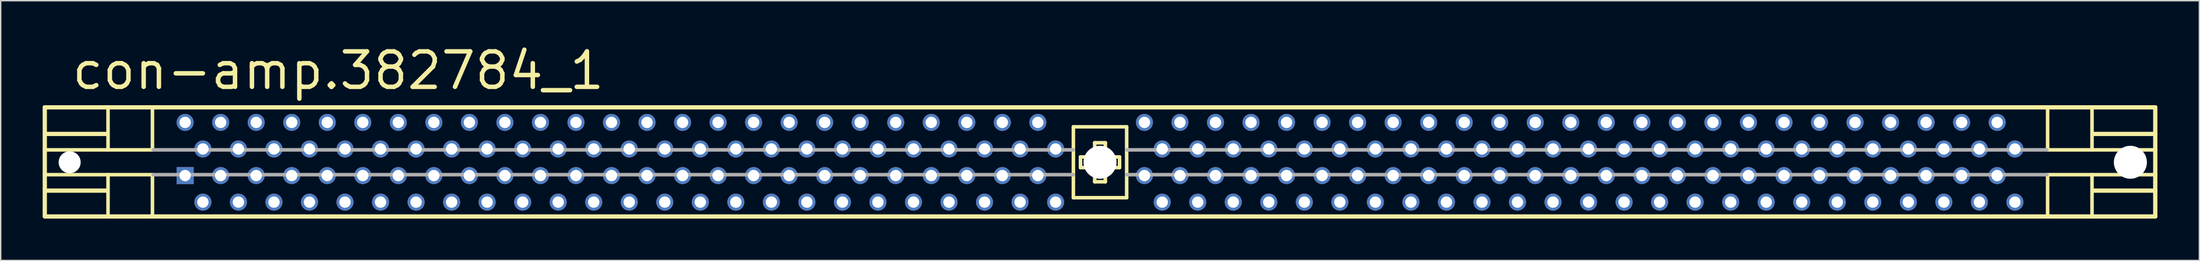
<source format=kicad_pcb>
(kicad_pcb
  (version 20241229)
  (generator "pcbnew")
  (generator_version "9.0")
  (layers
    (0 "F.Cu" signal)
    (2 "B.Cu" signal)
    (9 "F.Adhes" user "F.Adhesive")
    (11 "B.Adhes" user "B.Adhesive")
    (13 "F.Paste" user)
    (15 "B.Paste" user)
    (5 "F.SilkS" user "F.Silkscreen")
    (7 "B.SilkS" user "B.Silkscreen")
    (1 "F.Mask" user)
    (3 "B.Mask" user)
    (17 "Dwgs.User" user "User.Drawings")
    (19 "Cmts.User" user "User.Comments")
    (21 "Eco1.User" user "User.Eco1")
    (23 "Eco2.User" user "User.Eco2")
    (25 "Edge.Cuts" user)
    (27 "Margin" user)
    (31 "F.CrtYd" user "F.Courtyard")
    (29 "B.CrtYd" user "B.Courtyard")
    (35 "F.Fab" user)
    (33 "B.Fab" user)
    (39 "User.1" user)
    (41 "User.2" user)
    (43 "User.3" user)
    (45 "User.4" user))
  (footprint "con-amp.382784_1"
    (layer "F.Cu")
    (at 75.59 8.58)
    (property "Reference" "con-amp.382784_1" (at -73.66 -5.08 0) (layer "F.SilkS") (effects (font (size 2.54 2.54) (thickness 0.32)) (justify left bottom)))
    (attr through_hole)
    (fp_line (start -75.438 -3.937) (end -75.438 3.81) (stroke (width 0.305) (type default)) (layer "F.SilkS"))
    (fp_line (start -75.438 -3.937) (end 75.438 -3.937) (stroke (width 0.305) (type default)) (layer "F.SilkS"))
    (fp_line (start -75.438 -0.889) (end -67.818 -0.889) (stroke (width 0.254) (type default)) (layer "F.SilkS"))
    (fp_line (start -75.438 0.889) (end -67.818 0.889) (stroke (width 0.254) (type default)) (layer "F.SilkS"))
    (fp_line (start -75.311 -2.032) (end -70.993 -2.032) (stroke (width 0.305) (type default)) (layer "F.SilkS"))
    (fp_line (start -75.311 2.032) (end -70.993 2.032) (stroke (width 0.305) (type default)) (layer "F.SilkS"))
    (fp_line (start -70.917 -3.861) (end -70.917 -0.889) (stroke (width 0.254) (type default)) (layer "F.SilkS"))
    (fp_line (start -70.917 0.889) (end -70.917 3.81) (stroke (width 0.254) (type default)) (layer "F.SilkS"))
    (fp_line (start -67.742 -3.861) (end -67.742 -0.889) (stroke (width 0.254) (type default)) (layer "F.SilkS"))
    (fp_line (start -67.742 0.889) (end -67.742 3.81) (stroke (width 0.254) (type default)) (layer "F.SilkS"))
    (fp_line (start -1.905 -2.54) (end -1.905 2.54) (stroke (width 0.254) (type default)) (layer "F.SilkS"))
    (fp_line (start -1.905 2.54) (end 1.905 2.54) (stroke (width 0.254) (type default)) (layer "F.SilkS"))
    (fp_line (start -1.397 -0.381) (end -1.397 0.381) (stroke (width 0.254) (type default)) (layer "F.SilkS"))
    (fp_line (start -1.397 0.381) (end -0.381 0.381) (stroke (width 0.254) (type default)) (layer "F.SilkS"))
    (fp_line (start -0.381 -1.397) (end -0.381 -0.381) (stroke (width 0.254) (type default)) (layer "F.SilkS"))
    (fp_line (start -0.381 -0.381) (end -1.397 -0.381) (stroke (width 0.254) (type default)) (layer "F.SilkS"))
    (fp_line (start -0.381 0.381) (end -0.381 1.397) (stroke (width 0.254) (type default)) (layer "F.SilkS"))
    (fp_line (start -0.381 1.397) (end 0.381 1.397) (stroke (width 0.254) (type default)) (layer "F.SilkS"))
    (fp_line (start 0.381 -1.397) (end -0.381 -1.397) (stroke (width 0.254) (type default)) (layer "F.SilkS"))
    (fp_line (start 0.381 -0.381) (end 0.381 -1.397) (stroke (width 0.254) (type default)) (layer "F.SilkS"))
    (fp_line (start 0.381 0.381) (end 1.397 0.381) (stroke (width 0.254) (type default)) (layer "F.SilkS"))
    (fp_line (start 0.381 1.397) (end 0.381 0.381) (stroke (width 0.254) (type default)) (layer "F.SilkS"))
    (fp_line (start 1.397 -0.381) (end 0.381 -0.381) (stroke (width 0.254) (type default)) (layer "F.SilkS"))
    (fp_line (start 1.397 0.381) (end 1.397 -0.381) (stroke (width 0.254) (type default)) (layer "F.SilkS"))
    (fp_line (start 1.905 -2.54) (end -1.905 -2.54) (stroke (width 0.254) (type default)) (layer "F.SilkS"))
    (fp_line (start 1.905 2.54) (end 1.905 -2.54) (stroke (width 0.254) (type default)) (layer "F.SilkS"))
    (fp_line (start 67.742 -3.861) (end 67.742 -0.889) (stroke (width 0.254) (type default)) (layer "F.SilkS"))
    (fp_line (start 67.742 0.889) (end 67.742 3.81) (stroke (width 0.254) (type default)) (layer "F.SilkS"))
    (fp_line (start 70.917 -3.861) (end 70.917 -0.889) (stroke (width 0.254) (type default)) (layer "F.SilkS"))
    (fp_line (start 70.917 0.889) (end 70.917 3.81) (stroke (width 0.254) (type default)) (layer "F.SilkS"))
    (fp_line (start 75.438 -3.937) (end 75.438 -2.032) (stroke (width 0.305) (type default)) (layer "F.SilkS"))
    (fp_line (start 75.438 -2.032) (end 70.993 -2.032) (stroke (width 0.305) (type default)) (layer "F.SilkS"))
    (fp_line (start 75.438 -2.032) (end 75.438 -0.889) (stroke (width 0.305) (type default)) (layer "F.SilkS"))
    (fp_line (start 75.438 -0.889) (end 67.818 -0.889) (stroke (width 0.254) (type default)) (layer "F.SilkS"))
    (fp_line (start 75.438 -0.889) (end 75.438 0.889) (stroke (width 0.305) (type default)) (layer "F.SilkS"))
    (fp_line (start 75.438 0.889) (end 67.818 0.889) (stroke (width 0.254) (type default)) (layer "F.SilkS"))
    (fp_line (start 75.438 0.889) (end 75.438 2.032) (stroke (width 0.305) (type default)) (layer "F.SilkS"))
    (fp_line (start 75.438 2.032) (end 70.993 2.032) (stroke (width 0.305) (type default)) (layer "F.SilkS"))
    (fp_line (start 75.438 2.032) (end 75.438 3.886) (stroke (width 0.305) (type default)) (layer "F.SilkS"))
    (fp_line (start 75.438 3.886) (end -75.438 3.886) (stroke (width 0.305) (type default)) (layer "F.SilkS"))
    (fp_line (start -67.691 -0.889) (end -1.905 -0.889) (stroke (width 0.254) (type default)) (layer "F.Fab"))
    (fp_line (start -67.691 0.889) (end -1.905 0.889) (stroke (width 0.254) (type default)) (layer "F.Fab"))
    (fp_line (start 1.905 -0.889) (end 67.691 -0.889) (stroke (width 0.254) (type default)) (layer "F.Fab"))
    (fp_line (start 1.905 0.889) (end 67.691 0.889) (stroke (width 0.254) (type default)) (layer "F.Fab"))
    (pad "" np_thru_hole circle (at -73.66 0) (size 1.575 1.575) (drill 1.575) (layers "*.Cu" "*.Mask"))
    (pad "" np_thru_hole circle (at 0 0) (size 2.362 2.362) (drill 2.362) (layers "*.Cu" "*.Mask"))
    (pad "" np_thru_hole circle (at 73.66 0) (size 2.362 2.362) (drill 2.362) (layers "*.Cu" "*.Mask"))
    (pad "1" thru_hole rect (at -65.405 0.953) (size 1.219 1.219) (drill 0.813) (layers "*.Cu" "*.Mask"))
    (pad "2" thru_hole circle (at -64.135 2.857) (size 1.219 1.219) (drill 0.813) (layers "*.Cu" "*.Mask"))
    (pad "3" thru_hole circle (at -62.865 0.953) (size 1.219 1.219) (drill 0.813) (layers "*.Cu" "*.Mask"))
    (pad "4" thru_hole circle (at -61.595 2.857) (size 1.219 1.219) (drill 0.813) (layers "*.Cu" "*.Mask"))
    (pad "5" thru_hole circle (at -60.325 0.953) (size 1.219 1.219) (drill 0.813) (layers "*.Cu" "*.Mask"))
    (pad "6" thru_hole circle (at -59.055 2.857) (size 1.219 1.219) (drill 0.813) (layers "*.Cu" "*.Mask"))
    (pad "7" thru_hole circle (at -57.785 0.953) (size 1.219 1.219) (drill 0.813) (layers "*.Cu" "*.Mask"))
    (pad "8" thru_hole circle (at -56.515 2.857) (size 1.219 1.219) (drill 0.813) (layers "*.Cu" "*.Mask"))
    (pad "9" thru_hole circle (at -55.245 0.953) (size 1.219 1.219) (drill 0.813) (layers "*.Cu" "*.Mask"))
    (pad "10" thru_hole circle (at -53.975 2.857) (size 1.219 1.219) (drill 0.813) (layers "*.Cu" "*.Mask"))
    (pad "11" thru_hole circle (at -52.705 0.953) (size 1.219 1.219) (drill 0.813) (layers "*.Cu" "*.Mask"))
    (pad "12" thru_hole circle (at -51.435 2.857) (size 1.219 1.219) (drill 0.813) (layers "*.Cu" "*.Mask"))
    (pad "13" thru_hole circle (at -50.165 0.953) (size 1.219 1.219) (drill 0.813) (layers "*.Cu" "*.Mask"))
    (pad "14" thru_hole circle (at -48.895 2.857) (size 1.219 1.219) (drill 0.813) (layers "*.Cu" "*.Mask"))
    (pad "15" thru_hole circle (at -47.625 0.953) (size 1.219 1.219) (drill 0.813) (layers "*.Cu" "*.Mask"))
    (pad "16" thru_hole circle (at -46.355 2.857) (size 1.219 1.219) (drill 0.813) (layers "*.Cu" "*.Mask"))
    (pad "17" thru_hole circle (at -45.085 0.953) (size 1.219 1.219) (drill 0.813) (layers "*.Cu" "*.Mask"))
    (pad "18" thru_hole circle (at -43.815 2.857) (size 1.219 1.219) (drill 0.813) (layers "*.Cu" "*.Mask"))
    (pad "19" thru_hole circle (at -42.545 0.953) (size 1.219 1.219) (drill 0.813) (layers "*.Cu" "*.Mask"))
    (pad "20" thru_hole circle (at -41.275 2.857) (size 1.219 1.219) (drill 0.813) (layers "*.Cu" "*.Mask"))
    (pad "21" thru_hole circle (at -40.005 0.953) (size 1.219 1.219) (drill 0.813) (layers "*.Cu" "*.Mask"))
    (pad "22" thru_hole circle (at -38.735 2.857) (size 1.219 1.219) (drill 0.813) (layers "*.Cu" "*.Mask"))
    (pad "23" thru_hole circle (at -37.465 0.953) (size 1.219 1.219) (drill 0.813) (layers "*.Cu" "*.Mask"))
    (pad "24" thru_hole circle (at -36.195 2.857) (size 1.219 1.219) (drill 0.813) (layers "*.Cu" "*.Mask"))
    (pad "25" thru_hole circle (at -34.925 0.953) (size 1.219 1.219) (drill 0.813) (layers "*.Cu" "*.Mask"))
    (pad "26" thru_hole circle (at -33.655 2.857) (size 1.219 1.219) (drill 0.813) (layers "*.Cu" "*.Mask"))
    (pad "27" thru_hole circle (at -32.385 0.953) (size 1.219 1.219) (drill 0.813) (layers "*.Cu" "*.Mask"))
    (pad "28" thru_hole circle (at -31.115 2.857) (size 1.219 1.219) (drill 0.813) (layers "*.Cu" "*.Mask"))
    (pad "29" thru_hole circle (at -29.845 0.953) (size 1.219 1.219) (drill 0.813) (layers "*.Cu" "*.Mask"))
    (pad "30" thru_hole circle (at -28.575 2.857) (size 1.219 1.219) (drill 0.813) (layers "*.Cu" "*.Mask"))
    (pad "31" thru_hole circle (at -27.305 0.953) (size 1.219 1.219) (drill 0.813) (layers "*.Cu" "*.Mask"))
    (pad "32" thru_hole circle (at -26.035 2.857) (size 1.219 1.219) (drill 0.813) (layers "*.Cu" "*.Mask"))
    (pad "33" thru_hole circle (at -24.765 0.953) (size 1.219 1.219) (drill 0.813) (layers "*.Cu" "*.Mask"))
    (pad "34" thru_hole circle (at -23.495 2.857) (size 1.219 1.219) (drill 0.813) (layers "*.Cu" "*.Mask"))
    (pad "35" thru_hole circle (at -22.225 0.953) (size 1.219 1.219) (drill 0.813) (layers "*.Cu" "*.Mask"))
    (pad "36" thru_hole circle (at -20.955 2.857) (size 1.219 1.219) (drill 0.813) (layers "*.Cu" "*.Mask"))
    (pad "37" thru_hole circle (at -19.685 0.953) (size 1.219 1.219) (drill 0.813) (layers "*.Cu" "*.Mask"))
    (pad "38" thru_hole circle (at -18.415 2.857) (size 1.219 1.219) (drill 0.813) (layers "*.Cu" "*.Mask"))
    (pad "39" thru_hole circle (at -17.145 0.953) (size 1.219 1.219) (drill 0.813) (layers "*.Cu" "*.Mask"))
    (pad "40" thru_hole circle (at -15.875 2.857) (size 1.219 1.219) (drill 0.813) (layers "*.Cu" "*.Mask"))
    (pad "41" thru_hole circle (at -14.605 0.953) (size 1.219 1.219) (drill 0.813) (layers "*.Cu" "*.Mask"))
    (pad "42" thru_hole circle (at -13.335 2.857) (size 1.219 1.219) (drill 0.813) (layers "*.Cu" "*.Mask"))
    (pad "43" thru_hole circle (at -12.065 0.953) (size 1.219 1.219) (drill 0.813) (layers "*.Cu" "*.Mask"))
    (pad "44" thru_hole circle (at -10.795 2.857) (size 1.219 1.219) (drill 0.813) (layers "*.Cu" "*.Mask"))
    (pad "45" thru_hole circle (at -9.525 0.953) (size 1.219 1.219) (drill 0.813) (layers "*.Cu" "*.Mask"))
    (pad "46" thru_hole circle (at -8.255 2.857) (size 1.219 1.219) (drill 0.813) (layers "*.Cu" "*.Mask"))
    (pad "47" thru_hole circle (at -6.985 0.953) (size 1.219 1.219) (drill 0.813) (layers "*.Cu" "*.Mask"))
    (pad "48" thru_hole circle (at -5.715 2.857) (size 1.219 1.219) (drill 0.813) (layers "*.Cu" "*.Mask"))
    (pad "49" thru_hole circle (at -4.445 0.953) (size 1.219 1.219) (drill 0.813) (layers "*.Cu" "*.Mask"))
    (pad "50" thru_hole circle (at -3.175 2.857) (size 1.219 1.219) (drill 0.813) (layers "*.Cu" "*.Mask"))
    (pad "51" thru_hole circle (at 3.175 0.953) (size 1.219 1.219) (drill 0.813) (layers "*.Cu" "*.Mask"))
    (pad "52" thru_hole circle (at 4.445 2.857) (size 1.219 1.219) (drill 0.813) (layers "*.Cu" "*.Mask"))
    (pad "53" thru_hole circle (at 5.715 0.953) (size 1.219 1.219) (drill 0.813) (layers "*.Cu" "*.Mask"))
    (pad "54" thru_hole circle (at 6.985 2.857) (size 1.219 1.219) (drill 0.813) (layers "*.Cu" "*.Mask"))
    (pad "55" thru_hole circle (at 8.255 0.953) (size 1.219 1.219) (drill 0.813) (layers "*.Cu" "*.Mask"))
    (pad "56" thru_hole circle (at 9.525 2.857) (size 1.219 1.219) (drill 0.813) (layers "*.Cu" "*.Mask"))
    (pad "57" thru_hole circle (at 10.795 0.953) (size 1.219 1.219) (drill 0.813) (layers "*.Cu" "*.Mask"))
    (pad "58" thru_hole circle (at 12.065 2.857) (size 1.219 1.219) (drill 0.813) (layers "*.Cu" "*.Mask"))
    (pad "59" thru_hole circle (at 13.335 0.953) (size 1.219 1.219) (drill 0.813) (layers "*.Cu" "*.Mask"))
    (pad "60" thru_hole circle (at 14.605 2.857) (size 1.219 1.219) (drill 0.813) (layers "*.Cu" "*.Mask"))
    (pad "61" thru_hole circle (at 15.875 0.953) (size 1.219 1.219) (drill 0.813) (layers "*.Cu" "*.Mask"))
    (pad "62" thru_hole circle (at 17.145 2.857) (size 1.219 1.219) (drill 0.813) (layers "*.Cu" "*.Mask"))
    (pad "63" thru_hole circle (at 18.415 0.953) (size 1.219 1.219) (drill 0.813) (layers "*.Cu" "*.Mask"))
    (pad "64" thru_hole circle (at 19.685 2.857) (size 1.219 1.219) (drill 0.813) (layers "*.Cu" "*.Mask"))
    (pad "65" thru_hole circle (at 20.955 0.953) (size 1.219 1.219) (drill 0.813) (layers "*.Cu" "*.Mask"))
    (pad "66" thru_hole circle (at 22.225 2.857) (size 1.219 1.219) (drill 0.813) (layers "*.Cu" "*.Mask"))
    (pad "67" thru_hole circle (at 23.495 0.953) (size 1.219 1.219) (drill 0.813) (layers "*.Cu" "*.Mask"))
    (pad "68" thru_hole circle (at 24.765 2.857) (size 1.219 1.219) (drill 0.813) (layers "*.Cu" "*.Mask"))
    (pad "69" thru_hole circle (at 26.035 0.953) (size 1.219 1.219) (drill 0.813) (layers "*.Cu" "*.Mask"))
    (pad "70" thru_hole circle (at 27.305 2.857) (size 1.219 1.219) (drill 0.813) (layers "*.Cu" "*.Mask"))
    (pad "71" thru_hole circle (at 28.575 0.953) (size 1.219 1.219) (drill 0.813) (layers "*.Cu" "*.Mask"))
    (pad "72" thru_hole circle (at 29.845 2.857) (size 1.219 1.219) (drill 0.813) (layers "*.Cu" "*.Mask"))
    (pad "73" thru_hole circle (at 31.115 0.953) (size 1.219 1.219) (drill 0.813) (layers "*.Cu" "*.Mask"))
    (pad "74" thru_hole circle (at 32.385 2.857) (size 1.219 1.219) (drill 0.813) (layers "*.Cu" "*.Mask"))
    (pad "75" thru_hole circle (at 33.655 0.953) (size 1.219 1.219) (drill 0.813) (layers "*.Cu" "*.Mask"))
    (pad "76" thru_hole circle (at 34.925 2.857) (size 1.219 1.219) (drill 0.813) (layers "*.Cu" "*.Mask"))
    (pad "77" thru_hole circle (at 36.195 0.953) (size 1.219 1.219) (drill 0.813) (layers "*.Cu" "*.Mask"))
    (pad "78" thru_hole circle (at 37.465 2.857) (size 1.219 1.219) (drill 0.813) (layers "*.Cu" "*.Mask"))
    (pad "79" thru_hole circle (at 38.735 0.953) (size 1.219 1.219) (drill 0.813) (layers "*.Cu" "*.Mask"))
    (pad "80" thru_hole circle (at 40.005 2.857) (size 1.219 1.219) (drill 0.813) (layers "*.Cu" "*.Mask"))
    (pad "81" thru_hole circle (at 41.275 0.953) (size 1.219 1.219) (drill 0.813) (layers "*.Cu" "*.Mask"))
    (pad "82" thru_hole circle (at 42.545 2.857) (size 1.219 1.219) (drill 0.813) (layers "*.Cu" "*.Mask"))
    (pad "83" thru_hole circle (at 43.815 0.953) (size 1.219 1.219) (drill 0.813) (layers "*.Cu" "*.Mask"))
    (pad "84" thru_hole circle (at 45.085 2.857) (size 1.219 1.219) (drill 0.813) (layers "*.Cu" "*.Mask"))
    (pad "85" thru_hole circle (at 46.355 0.953) (size 1.219 1.219) (drill 0.813) (layers "*.Cu" "*.Mask"))
    (pad "86" thru_hole circle (at 47.625 2.857) (size 1.219 1.219) (drill 0.813) (layers "*.Cu" "*.Mask"))
    (pad "87" thru_hole circle (at 48.895 0.953) (size 1.219 1.219) (drill 0.813) (layers "*.Cu" "*.Mask"))
    (pad "88" thru_hole circle (at 50.165 2.857) (size 1.219 1.219) (drill 0.813) (layers "*.Cu" "*.Mask"))
    (pad "89" thru_hole circle (at 51.435 0.953) (size 1.219 1.219) (drill 0.813) (layers "*.Cu" "*.Mask"))
    (pad "90" thru_hole circle (at 52.705 2.857) (size 1.219 1.219) (drill 0.813) (layers "*.Cu" "*.Mask"))
    (pad "91" thru_hole circle (at 53.975 0.953) (size 1.219 1.219) (drill 0.813) (layers "*.Cu" "*.Mask"))
    (pad "92" thru_hole circle (at 55.245 2.857) (size 1.219 1.219) (drill 0.813) (layers "*.Cu" "*.Mask"))
    (pad "93" thru_hole circle (at 56.515 0.953) (size 1.219 1.219) (drill 0.813) (layers "*.Cu" "*.Mask"))
    (pad "94" thru_hole circle (at 57.785 2.857) (size 1.219 1.219) (drill 0.813) (layers "*.Cu" "*.Mask"))
    (pad "95" thru_hole circle (at 59.055 0.953) (size 1.219 1.219) (drill 0.813) (layers "*.Cu" "*.Mask"))
    (pad "96" thru_hole circle (at 60.325 2.857) (size 1.219 1.219) (drill 0.813) (layers "*.Cu" "*.Mask"))
    (pad "97" thru_hole circle (at 61.595 0.953) (size 1.219 1.219) (drill 0.813) (layers "*.Cu" "*.Mask"))
    (pad "98" thru_hole circle (at 62.865 2.857) (size 1.219 1.219) (drill 0.813) (layers "*.Cu" "*.Mask"))
    (pad "99" thru_hole circle (at 64.135 0.953) (size 1.219 1.219) (drill 0.813) (layers "*.Cu" "*.Mask"))
    (pad "100" thru_hole circle (at 65.405 2.857) (size 1.219 1.219) (drill 0.813) (layers "*.Cu" "*.Mask"))
    (pad "101" thru_hole circle (at -65.405 -2.857) (size 1.219 1.219) (drill 0.813) (layers "*.Cu" "*.Mask"))
    (pad "102" thru_hole circle (at -64.135 -0.953) (size 1.219 1.219) (drill 0.813) (layers "*.Cu" "*.Mask"))
    (pad "103" thru_hole circle (at -62.865 -2.857) (size 1.219 1.219) (drill 0.813) (layers "*.Cu" "*.Mask"))
    (pad "104" thru_hole circle (at -61.595 -0.953) (size 1.219 1.219) (drill 0.813) (layers "*.Cu" "*.Mask"))
    (pad "105" thru_hole circle (at -60.325 -2.857) (size 1.219 1.219) (drill 0.813) (layers "*.Cu" "*.Mask"))
    (pad "106" thru_hole circle (at -59.055 -0.953) (size 1.219 1.219) (drill 0.813) (layers "*.Cu" "*.Mask"))
    (pad "107" thru_hole circle (at -57.785 -2.857) (size 1.219 1.219) (drill 0.813) (layers "*.Cu" "*.Mask"))
    (pad "108" thru_hole circle (at -56.515 -0.953) (size 1.219 1.219) (drill 0.813) (layers "*.Cu" "*.Mask"))
    (pad "109" thru_hole circle (at -55.245 -2.857) (size 1.219 1.219) (drill 0.813) (layers "*.Cu" "*.Mask"))
    (pad "110" thru_hole circle (at -53.975 -0.953) (size 1.219 1.219) (drill 0.813) (layers "*.Cu" "*.Mask"))
    (pad "111" thru_hole circle (at -52.705 -2.857) (size 1.219 1.219) (drill 0.813) (layers "*.Cu" "*.Mask"))
    (pad "112" thru_hole circle (at -51.435 -0.953) (size 1.219 1.219) (drill 0.813) (layers "*.Cu" "*.Mask"))
    (pad "113" thru_hole circle (at -50.165 -2.857) (size 1.219 1.219) (drill 0.813) (layers "*.Cu" "*.Mask"))
    (pad "114" thru_hole circle (at -48.895 -0.953) (size 1.219 1.219) (drill 0.813) (layers "*.Cu" "*.Mask"))
    (pad "115" thru_hole circle (at -47.625 -2.857) (size 1.219 1.219) (drill 0.813) (layers "*.Cu" "*.Mask"))
    (pad "116" thru_hole circle (at -46.355 -0.953) (size 1.219 1.219) (drill 0.813) (layers "*.Cu" "*.Mask"))
    (pad "117" thru_hole circle (at -45.085 -2.857) (size 1.219 1.219) (drill 0.813) (layers "*.Cu" "*.Mask"))
    (pad "118" thru_hole circle (at -43.815 -0.953) (size 1.219 1.219) (drill 0.813) (layers "*.Cu" "*.Mask"))
    (pad "119" thru_hole circle (at -42.545 -2.857) (size 1.219 1.219) (drill 0.813) (layers "*.Cu" "*.Mask"))
    (pad "120" thru_hole circle (at -41.275 -0.953) (size 1.219 1.219) (drill 0.813) (layers "*.Cu" "*.Mask"))
    (pad "121" thru_hole circle (at -40.005 -2.857) (size 1.219 1.219) (drill 0.813) (layers "*.Cu" "*.Mask"))
    (pad "122" thru_hole circle (at -38.735 -0.953) (size 1.219 1.219) (drill 0.813) (layers "*.Cu" "*.Mask"))
    (pad "123" thru_hole circle (at -37.465 -2.857) (size 1.219 1.219) (drill 0.813) (layers "*.Cu" "*.Mask"))
    (pad "124" thru_hole circle (at -36.195 -0.953) (size 1.219 1.219) (drill 0.813) (layers "*.Cu" "*.Mask"))
    (pad "125" thru_hole circle (at -34.925 -2.857) (size 1.219 1.219) (drill 0.813) (layers "*.Cu" "*.Mask"))
    (pad "126" thru_hole circle (at -33.655 -0.953) (size 1.219 1.219) (drill 0.813) (layers "*.Cu" "*.Mask"))
    (pad "127" thru_hole circle (at -32.385 -2.857) (size 1.219 1.219) (drill 0.813) (layers "*.Cu" "*.Mask"))
    (pad "128" thru_hole circle (at -31.115 -0.953) (size 1.219 1.219) (drill 0.813) (layers "*.Cu" "*.Mask"))
    (pad "129" thru_hole circle (at -29.845 -2.857) (size 1.219 1.219) (drill 0.813) (layers "*.Cu" "*.Mask"))
    (pad "130" thru_hole circle (at -28.575 -0.953) (size 1.219 1.219) (drill 0.813) (layers "*.Cu" "*.Mask"))
    (pad "131" thru_hole circle (at -27.305 -2.857) (size 1.219 1.219) (drill 0.813) (layers "*.Cu" "*.Mask"))
    (pad "132" thru_hole circle (at -26.035 -0.953) (size 1.219 1.219) (drill 0.813) (layers "*.Cu" "*.Mask"))
    (pad "133" thru_hole circle (at -24.765 -2.857) (size 1.219 1.219) (drill 0.813) (layers "*.Cu" "*.Mask"))
    (pad "134" thru_hole circle (at -23.495 -0.953) (size 1.219 1.219) (drill 0.813) (layers "*.Cu" "*.Mask"))
    (pad "135" thru_hole circle (at -22.225 -2.857) (size 1.219 1.219) (drill 0.813) (layers "*.Cu" "*.Mask"))
    (pad "136" thru_hole circle (at -20.955 -0.953) (size 1.219 1.219) (drill 0.813) (layers "*.Cu" "*.Mask"))
    (pad "137" thru_hole circle (at -19.685 -2.857) (size 1.219 1.219) (drill 0.813) (layers "*.Cu" "*.Mask"))
    (pad "138" thru_hole circle (at -18.415 -0.953) (size 1.219 1.219) (drill 0.813) (layers "*.Cu" "*.Mask"))
    (pad "139" thru_hole circle (at -17.145 -2.857) (size 1.219 1.219) (drill 0.813) (layers "*.Cu" "*.Mask"))
    (pad "140" thru_hole circle (at -15.875 -0.953) (size 1.219 1.219) (drill 0.813) (layers "*.Cu" "*.Mask"))
    (pad "141" thru_hole circle (at -14.605 -2.857) (size 1.219 1.219) (drill 0.813) (layers "*.Cu" "*.Mask"))
    (pad "142" thru_hole circle (at -13.335 -0.953) (size 1.219 1.219) (drill 0.813) (layers "*.Cu" "*.Mask"))
    (pad "143" thru_hole circle (at -12.065 -2.857) (size 1.219 1.219) (drill 0.813) (layers "*.Cu" "*.Mask"))
    (pad "144" thru_hole circle (at -10.795 -0.953) (size 1.219 1.219) (drill 0.813) (layers "*.Cu" "*.Mask"))
    (pad "145" thru_hole circle (at -9.525 -2.857) (size 1.219 1.219) (drill 0.813) (layers "*.Cu" "*.Mask"))
    (pad "146" thru_hole circle (at -8.255 -0.953) (size 1.219 1.219) (drill 0.813) (layers "*.Cu" "*.Mask"))
    (pad "147" thru_hole circle (at -6.985 -2.857) (size 1.219 1.219) (drill 0.813) (layers "*.Cu" "*.Mask"))
    (pad "148" thru_hole circle (at -5.715 -0.953) (size 1.219 1.219) (drill 0.813) (layers "*.Cu" "*.Mask"))
    (pad "149" thru_hole circle (at -4.445 -2.857) (size 1.219 1.219) (drill 0.813) (layers "*.Cu" "*.Mask"))
    (pad "150" thru_hole circle (at -3.175 -0.953) (size 1.219 1.219) (drill 0.813) (layers "*.Cu" "*.Mask"))
    (pad "151" thru_hole circle (at 3.175 -2.857) (size 1.219 1.219) (drill 0.813) (layers "*.Cu" "*.Mask"))
    (pad "152" thru_hole circle (at 4.445 -0.953) (size 1.219 1.219) (drill 0.813) (layers "*.Cu" "*.Mask"))
    (pad "153" thru_hole circle (at 5.715 -2.857) (size 1.219 1.219) (drill 0.813) (layers "*.Cu" "*.Mask"))
    (pad "154" thru_hole circle (at 6.985 -0.953) (size 1.219 1.219) (drill 0.813) (layers "*.Cu" "*.Mask"))
    (pad "155" thru_hole circle (at 8.255 -2.857) (size 1.219 1.219) (drill 0.813) (layers "*.Cu" "*.Mask"))
    (pad "156" thru_hole circle (at 9.525 -0.953) (size 1.219 1.219) (drill 0.813) (layers "*.Cu" "*.Mask"))
    (pad "157" thru_hole circle (at 10.795 -2.857) (size 1.219 1.219) (drill 0.813) (layers "*.Cu" "*.Mask"))
    (pad "158" thru_hole circle (at 12.065 -0.953) (size 1.219 1.219) (drill 0.813) (layers "*.Cu" "*.Mask"))
    (pad "159" thru_hole circle (at 13.335 -2.857) (size 1.219 1.219) (drill 0.813) (layers "*.Cu" "*.Mask"))
    (pad "160" thru_hole circle (at 14.605 -0.953) (size 1.219 1.219) (drill 0.813) (layers "*.Cu" "*.Mask"))
    (pad "161" thru_hole circle (at 15.875 -2.857) (size 1.219 1.219) (drill 0.813) (layers "*.Cu" "*.Mask"))
    (pad "162" thru_hole circle (at 17.145 -0.953) (size 1.219 1.219) (drill 0.813) (layers "*.Cu" "*.Mask"))
    (pad "163" thru_hole circle (at 18.415 -2.857) (size 1.219 1.219) (drill 0.813) (layers "*.Cu" "*.Mask"))
    (pad "164" thru_hole circle (at 19.685 -0.953) (size 1.219 1.219) (drill 0.813) (layers "*.Cu" "*.Mask"))
    (pad "165" thru_hole circle (at 20.955 -2.857) (size 1.219 1.219) (drill 0.813) (layers "*.Cu" "*.Mask"))
    (pad "166" thru_hole circle (at 22.225 -0.953) (size 1.219 1.219) (drill 0.813) (layers "*.Cu" "*.Mask"))
    (pad "167" thru_hole circle (at 23.495 -2.857) (size 1.219 1.219) (drill 0.813) (layers "*.Cu" "*.Mask"))
    (pad "168" thru_hole circle (at 24.765 -0.953) (size 1.219 1.219) (drill 0.813) (layers "*.Cu" "*.Mask"))
    (pad "169" thru_hole circle (at 26.035 -2.857) (size 1.219 1.219) (drill 0.813) (layers "*.Cu" "*.Mask"))
    (pad "170" thru_hole circle (at 27.305 -0.953) (size 1.219 1.219) (drill 0.813) (layers "*.Cu" "*.Mask"))
    (pad "171" thru_hole circle (at 28.575 -2.857) (size 1.219 1.219) (drill 0.813) (layers "*.Cu" "*.Mask"))
    (pad "172" thru_hole circle (at 29.845 -0.953) (size 1.219 1.219) (drill 0.813) (layers "*.Cu" "*.Mask"))
    (pad "173" thru_hole circle (at 31.115 -2.857) (size 1.219 1.219) (drill 0.813) (layers "*.Cu" "*.Mask"))
    (pad "174" thru_hole circle (at 32.385 -0.953) (size 1.219 1.219) (drill 0.813) (layers "*.Cu" "*.Mask"))
    (pad "175" thru_hole circle (at 33.655 -2.857) (size 1.219 1.219) (drill 0.813) (layers "*.Cu" "*.Mask"))
    (pad "176" thru_hole circle (at 34.925 -0.953) (size 1.219 1.219) (drill 0.813) (layers "*.Cu" "*.Mask"))
    (pad "177" thru_hole circle (at 36.195 -2.857) (size 1.219 1.219) (drill 0.813) (layers "*.Cu" "*.Mask"))
    (pad "178" thru_hole circle (at 37.465 -0.953) (size 1.219 1.219) (drill 0.813) (layers "*.Cu" "*.Mask"))
    (pad "179" thru_hole circle (at 38.735 -2.857) (size 1.219 1.219) (drill 0.813) (layers "*.Cu" "*.Mask"))
    (pad "180" thru_hole circle (at 40.005 -0.953) (size 1.219 1.219) (drill 0.813) (layers "*.Cu" "*.Mask"))
    (pad "181" thru_hole circle (at 41.275 -2.857) (size 1.219 1.219) (drill 0.813) (layers "*.Cu" "*.Mask"))
    (pad "182" thru_hole circle (at 42.545 -0.953) (size 1.219 1.219) (drill 0.813) (layers "*.Cu" "*.Mask"))
    (pad "183" thru_hole circle (at 43.815 -2.857) (size 1.219 1.219) (drill 0.813) (layers "*.Cu" "*.Mask"))
    (pad "184" thru_hole circle (at 45.085 -0.953) (size 1.219 1.219) (drill 0.813) (layers "*.Cu" "*.Mask"))
    (pad "185" thru_hole circle (at 46.355 -2.857) (size 1.219 1.219) (drill 0.813) (layers "*.Cu" "*.Mask"))
    (pad "186" thru_hole circle (at 47.625 -0.953) (size 1.219 1.219) (drill 0.813) (layers "*.Cu" "*.Mask"))
    (pad "187" thru_hole circle (at 48.895 -2.857) (size 1.219 1.219) (drill 0.813) (layers "*.Cu" "*.Mask"))
    (pad "188" thru_hole circle (at 50.165 -0.953) (size 1.219 1.219) (drill 0.813) (layers "*.Cu" "*.Mask"))
    (pad "189" thru_hole circle (at 51.435 -2.857) (size 1.219 1.219) (drill 0.813) (layers "*.Cu" "*.Mask"))
    (pad "190" thru_hole circle (at 52.705 -0.953) (size 1.219 1.219) (drill 0.813) (layers "*.Cu" "*.Mask"))
    (pad "191" thru_hole circle (at 53.975 -2.857) (size 1.219 1.219) (drill 0.813) (layers "*.Cu" "*.Mask"))
    (pad "192" thru_hole circle (at 55.245 -0.953) (size 1.219 1.219) (drill 0.813) (layers "*.Cu" "*.Mask"))
    (pad "193" thru_hole circle (at 56.515 -2.857) (size 1.219 1.219) (drill 0.813) (layers "*.Cu" "*.Mask"))
    (pad "194" thru_hole circle (at 57.785 -0.953) (size 1.219 1.219) (drill 0.813) (layers "*.Cu" "*.Mask"))
    (pad "195" thru_hole circle (at 59.055 -2.857) (size 1.219 1.219) (drill 0.813) (layers "*.Cu" "*.Mask"))
    (pad "196" thru_hole circle (at 60.325 -0.953) (size 1.219 1.219) (drill 0.813) (layers "*.Cu" "*.Mask"))
    (pad "197" thru_hole circle (at 61.595 -2.857) (size 1.219 1.219) (drill 0.813) (layers "*.Cu" "*.Mask"))
    (pad "198" thru_hole circle (at 62.865 -0.953) (size 1.219 1.219) (drill 0.813) (layers "*.Cu" "*.Mask"))
    (pad "199" thru_hole circle (at 64.135 -2.857) (size 1.219 1.219) (drill 0.813) (layers "*.Cu" "*.Mask"))
    (pad "200" thru_hole circle (at 65.405 -0.953) (size 1.219 1.219) (drill 0.813) (layers "*.Cu" "*.Mask")))
  (gr_rect
    (start -3 -3)
    (end 154.181 15.619)
    (stroke (width 0.1) (type default))
    (fill no)
    (layer "Edge.Cuts")))
</source>
